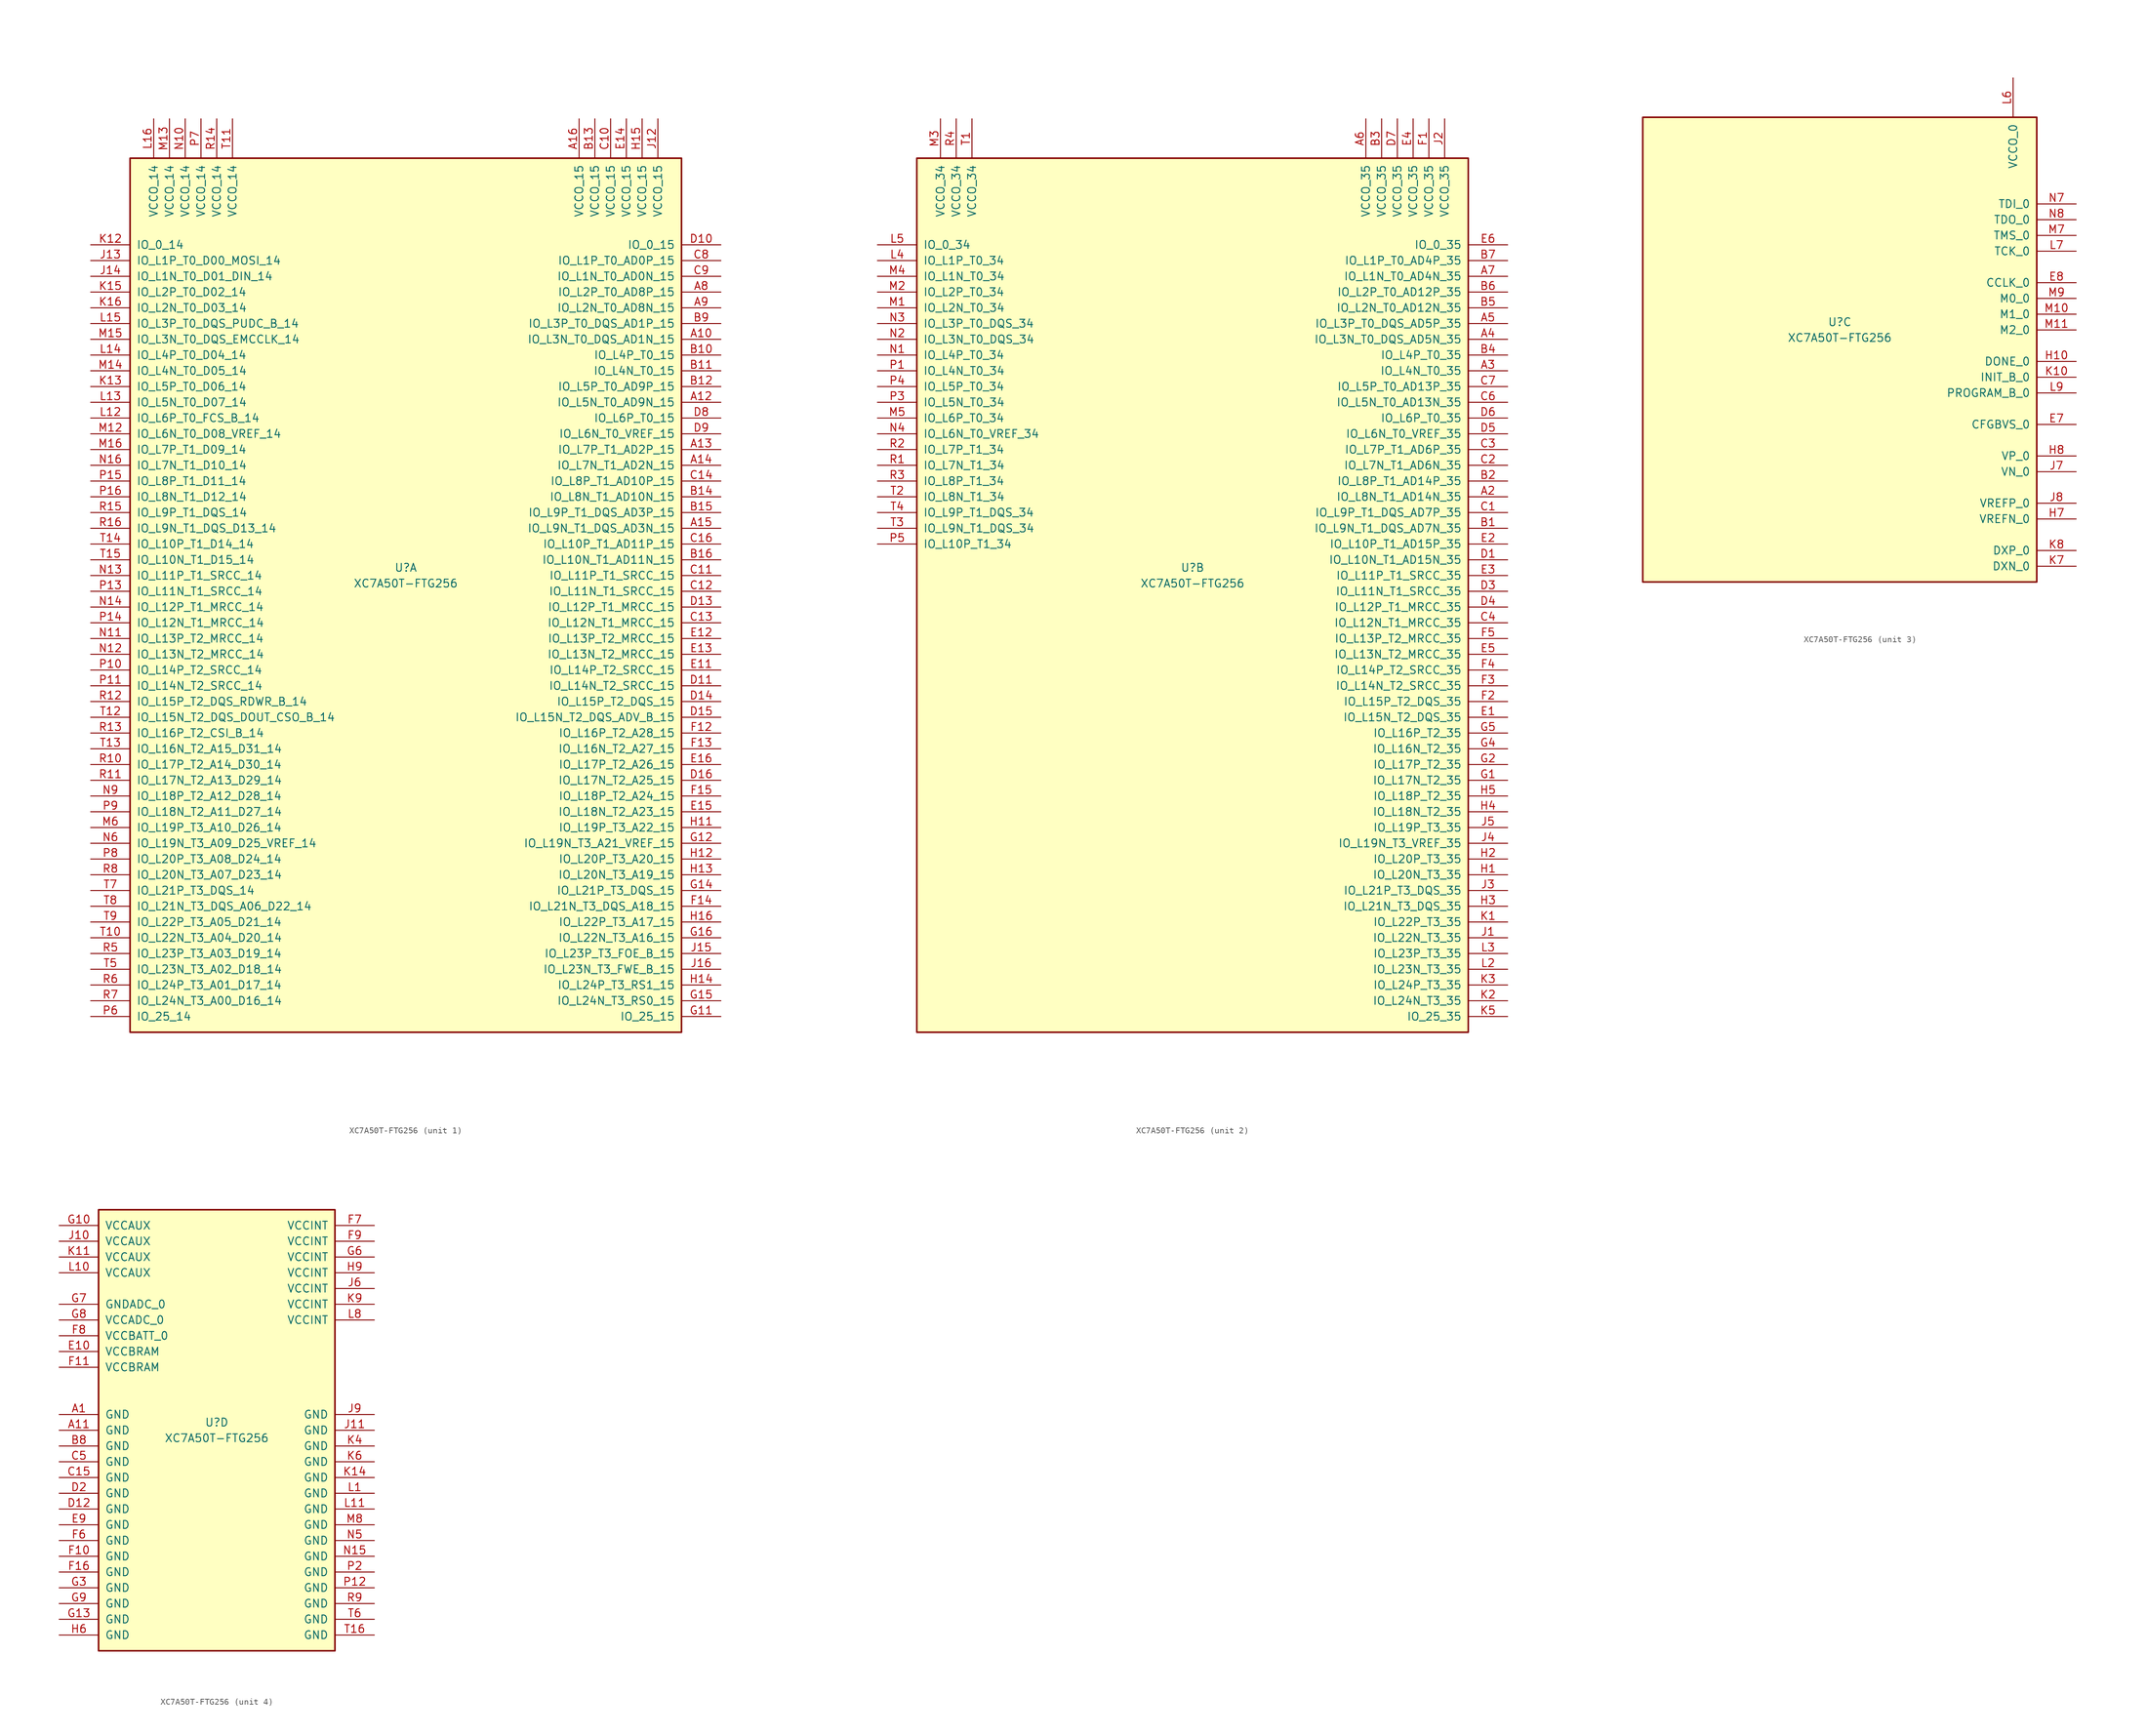
<source format=kicad_sym>
(kicad_symbol_lib
  (version 20231120)
  (generator "kicad_symbol_editor")
  (generator_version "8.0")
  (symbol "XC7A50T-FTG256"
    (pin_names
      (offset 1.016))
    (property "Reference" "U"
      (at 0 1.27 0)
      (effects (font (size 1.27 1.27))))
    (property "Value" "XC7A50T-FTG256"
      (at 0 -1.27 0)
      (effects (font (size 1.27 1.27))))
    (property "Datasheet" ""
      (at 0 0 0)
      (effects (font (size 1.27 1.27))))
    (property "ki_locked" ""
      (at 0 0 0)
      (effects (font (size 1.27 1.27))))
    (symbol "XC7A50T-FTG256_1_1"
      (rectangle (start -44.45 67.31) (end 44.45 -73.66) (stroke (width 0.254) (type default)) (fill (type background)))
      (pin bidirectional line (at 50.8 38.1 180) (length 6.35) (name "IO_L3N_T0_DQS_AD1N_15" (effects (font (size 1.27 1.27)))) (number "A10" (effects (font (size 1.27 1.27)))))
      (pin bidirectional line (at 50.8 27.94 180) (length 6.35) (name "IO_L5N_T0_AD9N_15" (effects (font (size 1.27 1.27)))) (number "A12" (effects (font (size 1.27 1.27)))))
      (pin bidirectional line (at 50.8 20.32 180) (length 6.35) (name "IO_L7P_T1_AD2P_15" (effects (font (size 1.27 1.27)))) (number "A13" (effects (font (size 1.27 1.27)))))
      (pin bidirectional line (at 50.8 17.78 180) (length 6.35) (name "IO_L7N_T1_AD2N_15" (effects (font (size 1.27 1.27)))) (number "A14" (effects (font (size 1.27 1.27)))))
      (pin bidirectional line (at 50.8 7.62 180) (length 6.35) (name "IO_L9N_T1_DQS_AD3N_15" (effects (font (size 1.27 1.27)))) (number "A15" (effects (font (size 1.27 1.27)))))
      (pin power_in line (at 27.94 73.66 270) (length 6.35) (name "VCCO_15" (effects (font (size 1.27 1.27)))) (number "A16" (effects (font (size 1.27 1.27)))))
      (pin bidirectional line (at 50.8 45.72 180) (length 6.35) (name "IO_L2P_T0_AD8P_15" (effects (font (size 1.27 1.27)))) (number "A8" (effects (font (size 1.27 1.27)))))
      (pin bidirectional line (at 50.8 43.18 180) (length 6.35) (name "IO_L2N_T0_AD8N_15" (effects (font (size 1.27 1.27)))) (number "A9" (effects (font (size 1.27 1.27)))))
      (pin bidirectional line (at 50.8 35.56 180) (length 6.35) (name "IO_L4P_T0_15" (effects (font (size 1.27 1.27)))) (number "B10" (effects (font (size 1.27 1.27)))))
      (pin bidirectional line (at 50.8 33.02 180) (length 6.35) (name "IO_L4N_T0_15" (effects (font (size 1.27 1.27)))) (number "B11" (effects (font (size 1.27 1.27)))))
      (pin bidirectional line (at 50.8 30.48 180) (length 6.35) (name "IO_L5P_T0_AD9P_15" (effects (font (size 1.27 1.27)))) (number "B12" (effects (font (size 1.27 1.27)))))
      (pin power_in line (at 30.48 73.66 270) (length 6.35) (name "VCCO_15" (effects (font (size 1.27 1.27)))) (number "B13" (effects (font (size 1.27 1.27)))))
      (pin bidirectional line (at 50.8 12.7 180) (length 6.35) (name "IO_L8N_T1_AD10N_15" (effects (font (size 1.27 1.27)))) (number "B14" (effects (font (size 1.27 1.27)))))
      (pin bidirectional line (at 50.8 10.16 180) (length 6.35) (name "IO_L9P_T1_DQS_AD3P_15" (effects (font (size 1.27 1.27)))) (number "B15" (effects (font (size 1.27 1.27)))))
      (pin bidirectional line (at 50.8 2.54 180) (length 6.35) (name "IO_L10N_T1_AD11N_15" (effects (font (size 1.27 1.27)))) (number "B16" (effects (font (size 1.27 1.27)))))
      (pin bidirectional line (at 50.8 40.64 180) (length 6.35) (name "IO_L3P_T0_DQS_AD1P_15" (effects (font (size 1.27 1.27)))) (number "B9" (effects (font (size 1.27 1.27)))))
      (pin power_in line (at 33.02 73.66 270) (length 6.35) (name "VCCO_15" (effects (font (size 1.27 1.27)))) (number "C10" (effects (font (size 1.27 1.27)))))
      (pin bidirectional line (at 50.8 0 180) (length 6.35) (name "IO_L11P_T1_SRCC_15" (effects (font (size 1.27 1.27)))) (number "C11" (effects (font (size 1.27 1.27)))))
      (pin bidirectional line (at 50.8 -2.54 180) (length 6.35) (name "IO_L11N_T1_SRCC_15" (effects (font (size 1.27 1.27)))) (number "C12" (effects (font (size 1.27 1.27)))))
      (pin bidirectional line (at 50.8 -7.62 180) (length 6.35) (name "IO_L12N_T1_MRCC_15" (effects (font (size 1.27 1.27)))) (number "C13" (effects (font (size 1.27 1.27)))))
      (pin bidirectional line (at 50.8 15.24 180) (length 6.35) (name "IO_L8P_T1_AD10P_15" (effects (font (size 1.27 1.27)))) (number "C14" (effects (font (size 1.27 1.27)))))
      (pin bidirectional line (at 50.8 5.08 180) (length 6.35) (name "IO_L10P_T1_AD11P_15" (effects (font (size 1.27 1.27)))) (number "C16" (effects (font (size 1.27 1.27)))))
      (pin bidirectional line (at 50.8 50.8 180) (length 6.35) (name "IO_L1P_T0_AD0P_15" (effects (font (size 1.27 1.27)))) (number "C8" (effects (font (size 1.27 1.27)))))
      (pin bidirectional line (at 50.8 48.26 180) (length 6.35) (name "IO_L1N_T0_AD0N_15" (effects (font (size 1.27 1.27)))) (number "C9" (effects (font (size 1.27 1.27)))))
      (pin bidirectional line (at 50.8 53.34 180) (length 6.35) (name "IO_0_15" (effects (font (size 1.27 1.27)))) (number "D10" (effects (font (size 1.27 1.27)))))
      (pin bidirectional line (at 50.8 -17.78 180) (length 6.35) (name "IO_L14N_T2_SRCC_15" (effects (font (size 1.27 1.27)))) (number "D11" (effects (font (size 1.27 1.27)))))
      (pin bidirectional line (at 50.8 -5.08 180) (length 6.35) (name "IO_L12P_T1_MRCC_15" (effects (font (size 1.27 1.27)))) (number "D13" (effects (font (size 1.27 1.27)))))
      (pin bidirectional line (at 50.8 -20.32 180) (length 6.35) (name "IO_L15P_T2_DQS_15" (effects (font (size 1.27 1.27)))) (number "D14" (effects (font (size 1.27 1.27)))))
      (pin bidirectional line (at 50.8 -22.86 180) (length 6.35) (name "IO_L15N_T2_DQS_ADV_B_15" (effects (font (size 1.27 1.27)))) (number "D15" (effects (font (size 1.27 1.27)))))
      (pin bidirectional line (at 50.8 -33.02 180) (length 6.35) (name "IO_L17N_T2_A25_15" (effects (font (size 1.27 1.27)))) (number "D16" (effects (font (size 1.27 1.27)))))
      (pin bidirectional line (at 50.8 25.4 180) (length 6.35) (name "IO_L6P_T0_15" (effects (font (size 1.27 1.27)))) (number "D8" (effects (font (size 1.27 1.27)))))
      (pin bidirectional line (at 50.8 22.86 180) (length 6.35) (name "IO_L6N_T0_VREF_15" (effects (font (size 1.27 1.27)))) (number "D9" (effects (font (size 1.27 1.27)))))
      (pin bidirectional line (at 50.8 -15.24 180) (length 6.35) (name "IO_L14P_T2_SRCC_15" (effects (font (size 1.27 1.27)))) (number "E11" (effects (font (size 1.27 1.27)))))
      (pin bidirectional line (at 50.8 -10.16 180) (length 6.35) (name "IO_L13P_T2_MRCC_15" (effects (font (size 1.27 1.27)))) (number "E12" (effects (font (size 1.27 1.27)))))
      (pin bidirectional line (at 50.8 -12.7 180) (length 6.35) (name "IO_L13N_T2_MRCC_15" (effects (font (size 1.27 1.27)))) (number "E13" (effects (font (size 1.27 1.27)))))
      (pin power_in line (at 35.56 73.66 270) (length 6.35) (name "VCCO_15" (effects (font (size 1.27 1.27)))) (number "E14" (effects (font (size 1.27 1.27)))))
      (pin bidirectional line (at 50.8 -38.1 180) (length 6.35) (name "IO_L18N_T2_A23_15" (effects (font (size 1.27 1.27)))) (number "E15" (effects (font (size 1.27 1.27)))))
      (pin bidirectional line (at 50.8 -30.48 180) (length 6.35) (name "IO_L17P_T2_A26_15" (effects (font (size 1.27 1.27)))) (number "E16" (effects (font (size 1.27 1.27)))))
      (pin bidirectional line (at 50.8 -25.4 180) (length 6.35) (name "IO_L16P_T2_A28_15" (effects (font (size 1.27 1.27)))) (number "F12" (effects (font (size 1.27 1.27)))))
      (pin bidirectional line (at 50.8 -27.94 180) (length 6.35) (name "IO_L16N_T2_A27_15" (effects (font (size 1.27 1.27)))) (number "F13" (effects (font (size 1.27 1.27)))))
      (pin bidirectional line (at 50.8 -53.34 180) (length 6.35) (name "IO_L21N_T3_DQS_A18_15" (effects (font (size 1.27 1.27)))) (number "F14" (effects (font (size 1.27 1.27)))))
      (pin bidirectional line (at 50.8 -35.56 180) (length 6.35) (name "IO_L18P_T2_A24_15" (effects (font (size 1.27 1.27)))) (number "F15" (effects (font (size 1.27 1.27)))))
      (pin bidirectional line (at 50.8 -71.12 180) (length 6.35) (name "IO_25_15" (effects (font (size 1.27 1.27)))) (number "G11" (effects (font (size 1.27 1.27)))))
      (pin bidirectional line (at 50.8 -43.18 180) (length 6.35) (name "IO_L19N_T3_A21_VREF_15" (effects (font (size 1.27 1.27)))) (number "G12" (effects (font (size 1.27 1.27)))))
      (pin bidirectional line (at 50.8 -50.8 180) (length 6.35) (name "IO_L21P_T3_DQS_15" (effects (font (size 1.27 1.27)))) (number "G14" (effects (font (size 1.27 1.27)))))
      (pin bidirectional line (at 50.8 -68.58 180) (length 6.35) (name "IO_L24N_T3_RS0_15" (effects (font (size 1.27 1.27)))) (number "G15" (effects (font (size 1.27 1.27)))))
      (pin bidirectional line (at 50.8 -58.42 180) (length 6.35) (name "IO_L22N_T3_A16_15" (effects (font (size 1.27 1.27)))) (number "G16" (effects (font (size 1.27 1.27)))))
      (pin bidirectional line (at 50.8 -40.64 180) (length 6.35) (name "IO_L19P_T3_A22_15" (effects (font (size 1.27 1.27)))) (number "H11" (effects (font (size 1.27 1.27)))))
      (pin bidirectional line (at 50.8 -45.72 180) (length 6.35) (name "IO_L20P_T3_A20_15" (effects (font (size 1.27 1.27)))) (number "H12" (effects (font (size 1.27 1.27)))))
      (pin bidirectional line (at 50.8 -48.26 180) (length 6.35) (name "IO_L20N_T3_A19_15" (effects (font (size 1.27 1.27)))) (number "H13" (effects (font (size 1.27 1.27)))))
      (pin bidirectional line (at 50.8 -66.04 180) (length 6.35) (name "IO_L24P_T3_RS1_15" (effects (font (size 1.27 1.27)))) (number "H14" (effects (font (size 1.27 1.27)))))
      (pin power_in line (at 38.1 73.66 270) (length 6.35) (name "VCCO_15" (effects (font (size 1.27 1.27)))) (number "H15" (effects (font (size 1.27 1.27)))))
      (pin bidirectional line (at 50.8 -55.88 180) (length 6.35) (name "IO_L22P_T3_A17_15" (effects (font (size 1.27 1.27)))) (number "H16" (effects (font (size 1.27 1.27)))))
      (pin power_in line (at 40.64 73.66 270) (length 6.35) (name "VCCO_15" (effects (font (size 1.27 1.27)))) (number "J12" (effects (font (size 1.27 1.27)))))
      (pin bidirectional line (at -50.8 50.8 0) (length 6.35) (name "IO_L1P_T0_D00_MOSI_14" (effects (font (size 1.27 1.27)))) (number "J13" (effects (font (size 1.27 1.27)))))
      (pin bidirectional line (at -50.8 48.26 0) (length 6.35) (name "IO_L1N_T0_D01_DIN_14" (effects (font (size 1.27 1.27)))) (number "J14" (effects (font (size 1.27 1.27)))))
      (pin bidirectional line (at 50.8 -60.96 180) (length 6.35) (name "IO_L23P_T3_FOE_B_15" (effects (font (size 1.27 1.27)))) (number "J15" (effects (font (size 1.27 1.27)))))
      (pin bidirectional line (at 50.8 -63.5 180) (length 6.35) (name "IO_L23N_T3_FWE_B_15" (effects (font (size 1.27 1.27)))) (number "J16" (effects (font (size 1.27 1.27)))))
      (pin bidirectional line (at -50.8 53.34 0) (length 6.35) (name "IO_0_14" (effects (font (size 1.27 1.27)))) (number "K12" (effects (font (size 1.27 1.27)))))
      (pin bidirectional line (at -50.8 30.48 0) (length 6.35) (name "IO_L5P_T0_D06_14" (effects (font (size 1.27 1.27)))) (number "K13" (effects (font (size 1.27 1.27)))))
      (pin bidirectional line (at -50.8 45.72 0) (length 6.35) (name "IO_L2P_T0_D02_14" (effects (font (size 1.27 1.27)))) (number "K15" (effects (font (size 1.27 1.27)))))
      (pin bidirectional line (at -50.8 43.18 0) (length 6.35) (name "IO_L2N_T0_D03_14" (effects (font (size 1.27 1.27)))) (number "K16" (effects (font (size 1.27 1.27)))))
      (pin bidirectional line (at -50.8 25.4 0) (length 6.35) (name "IO_L6P_T0_FCS_B_14" (effects (font (size 1.27 1.27)))) (number "L12" (effects (font (size 1.27 1.27)))))
      (pin bidirectional line (at -50.8 27.94 0) (length 6.35) (name "IO_L5N_T0_D07_14" (effects (font (size 1.27 1.27)))) (number "L13" (effects (font (size 1.27 1.27)))))
      (pin bidirectional line (at -50.8 35.56 0) (length 6.35) (name "IO_L4P_T0_D04_14" (effects (font (size 1.27 1.27)))) (number "L14" (effects (font (size 1.27 1.27)))))
      (pin bidirectional line (at -50.8 40.64 0) (length 6.35) (name "IO_L3P_T0_DQS_PUDC_B_14" (effects (font (size 1.27 1.27)))) (number "L15" (effects (font (size 1.27 1.27)))))
      (pin power_in line (at -40.64 73.66 270) (length 6.35) (name "VCCO_14" (effects (font (size 1.27 1.27)))) (number "L16" (effects (font (size 1.27 1.27)))))
      (pin bidirectional line (at -50.8 22.86 0) (length 6.35) (name "IO_L6N_T0_D08_VREF_14" (effects (font (size 1.27 1.27)))) (number "M12" (effects (font (size 1.27 1.27)))))
      (pin power_in line (at -38.1 73.66 270) (length 6.35) (name "VCCO_14" (effects (font (size 1.27 1.27)))) (number "M13" (effects (font (size 1.27 1.27)))))
      (pin bidirectional line (at -50.8 33.02 0) (length 6.35) (name "IO_L4N_T0_D05_14" (effects (font (size 1.27 1.27)))) (number "M14" (effects (font (size 1.27 1.27)))))
      (pin bidirectional line (at -50.8 38.1 0) (length 6.35) (name "IO_L3N_T0_DQS_EMCCLK_14" (effects (font (size 1.27 1.27)))) (number "M15" (effects (font (size 1.27 1.27)))))
      (pin bidirectional line (at -50.8 20.32 0) (length 6.35) (name "IO_L7P_T1_D09_14" (effects (font (size 1.27 1.27)))) (number "M16" (effects (font (size 1.27 1.27)))))
      (pin bidirectional line (at -50.8 -40.64 0) (length 6.35) (name "IO_L19P_T3_A10_D26_14" (effects (font (size 1.27 1.27)))) (number "M6" (effects (font (size 1.27 1.27)))))
      (pin power_in line (at -35.56 73.66 270) (length 6.35) (name "VCCO_14" (effects (font (size 1.27 1.27)))) (number "N10" (effects (font (size 1.27 1.27)))))
      (pin bidirectional line (at -50.8 -10.16 0) (length 6.35) (name "IO_L13P_T2_MRCC_14" (effects (font (size 1.27 1.27)))) (number "N11" (effects (font (size 1.27 1.27)))))
      (pin bidirectional line (at -50.8 -12.7 0) (length 6.35) (name "IO_L13N_T2_MRCC_14" (effects (font (size 1.27 1.27)))) (number "N12" (effects (font (size 1.27 1.27)))))
      (pin bidirectional line (at -50.8 0 0) (length 6.35) (name "IO_L11P_T1_SRCC_14" (effects (font (size 1.27 1.27)))) (number "N13" (effects (font (size 1.27 1.27)))))
      (pin bidirectional line (at -50.8 -5.08 0) (length 6.35) (name "IO_L12P_T1_MRCC_14" (effects (font (size 1.27 1.27)))) (number "N14" (effects (font (size 1.27 1.27)))))
      (pin bidirectional line (at -50.8 17.78 0) (length 6.35) (name "IO_L7N_T1_D10_14" (effects (font (size 1.27 1.27)))) (number "N16" (effects (font (size 1.27 1.27)))))
      (pin bidirectional line (at -50.8 -43.18 0) (length 6.35) (name "IO_L19N_T3_A09_D25_VREF_14" (effects (font (size 1.27 1.27)))) (number "N6" (effects (font (size 1.27 1.27)))))
      (pin bidirectional line (at -50.8 -35.56 0) (length 6.35) (name "IO_L18P_T2_A12_D28_14" (effects (font (size 1.27 1.27)))) (number "N9" (effects (font (size 1.27 1.27)))))
      (pin bidirectional line (at -50.8 -15.24 0) (length 6.35) (name "IO_L14P_T2_SRCC_14" (effects (font (size 1.27 1.27)))) (number "P10" (effects (font (size 1.27 1.27)))))
      (pin bidirectional line (at -50.8 -17.78 0) (length 6.35) (name "IO_L14N_T2_SRCC_14" (effects (font (size 1.27 1.27)))) (number "P11" (effects (font (size 1.27 1.27)))))
      (pin bidirectional line (at -50.8 -2.54 0) (length 6.35) (name "IO_L11N_T1_SRCC_14" (effects (font (size 1.27 1.27)))) (number "P13" (effects (font (size 1.27 1.27)))))
      (pin bidirectional line (at -50.8 -7.62 0) (length 6.35) (name "IO_L12N_T1_MRCC_14" (effects (font (size 1.27 1.27)))) (number "P14" (effects (font (size 1.27 1.27)))))
      (pin bidirectional line (at -50.8 15.24 0) (length 6.35) (name "IO_L8P_T1_D11_14" (effects (font (size 1.27 1.27)))) (number "P15" (effects (font (size 1.27 1.27)))))
      (pin bidirectional line (at -50.8 12.7 0) (length 6.35) (name "IO_L8N_T1_D12_14" (effects (font (size 1.27 1.27)))) (number "P16" (effects (font (size 1.27 1.27)))))
      (pin bidirectional line (at -50.8 -71.12 0) (length 6.35) (name "IO_25_14" (effects (font (size 1.27 1.27)))) (number "P6" (effects (font (size 1.27 1.27)))))
      (pin power_in line (at -33.02 73.66 270) (length 6.35) (name "VCCO_14" (effects (font (size 1.27 1.27)))) (number "P7" (effects (font (size 1.27 1.27)))))
      (pin bidirectional line (at -50.8 -45.72 0) (length 6.35) (name "IO_L20P_T3_A08_D24_14" (effects (font (size 1.27 1.27)))) (number "P8" (effects (font (size 1.27 1.27)))))
      (pin bidirectional line (at -50.8 -38.1 0) (length 6.35) (name "IO_L18N_T2_A11_D27_14" (effects (font (size 1.27 1.27)))) (number "P9" (effects (font (size 1.27 1.27)))))
      (pin bidirectional line (at -50.8 -30.48 0) (length 6.35) (name "IO_L17P_T2_A14_D30_14" (effects (font (size 1.27 1.27)))) (number "R10" (effects (font (size 1.27 1.27)))))
      (pin bidirectional line (at -50.8 -33.02 0) (length 6.35) (name "IO_L17N_T2_A13_D29_14" (effects (font (size 1.27 1.27)))) (number "R11" (effects (font (size 1.27 1.27)))))
      (pin bidirectional line (at -50.8 -20.32 0) (length 6.35) (name "IO_L15P_T2_DQS_RDWR_B_14" (effects (font (size 1.27 1.27)))) (number "R12" (effects (font (size 1.27 1.27)))))
      (pin bidirectional line (at -50.8 -25.4 0) (length 6.35) (name "IO_L16P_T2_CSI_B_14" (effects (font (size 1.27 1.27)))) (number "R13" (effects (font (size 1.27 1.27)))))
      (pin power_in line (at -30.48 73.66 270) (length 6.35) (name "VCCO_14" (effects (font (size 1.27 1.27)))) (number "R14" (effects (font (size 1.27 1.27)))))
      (pin bidirectional line (at -50.8 10.16 0) (length 6.35) (name "IO_L9P_T1_DQS_14" (effects (font (size 1.27 1.27)))) (number "R15" (effects (font (size 1.27 1.27)))))
      (pin bidirectional line (at -50.8 7.62 0) (length 6.35) (name "IO_L9N_T1_DQS_D13_14" (effects (font (size 1.27 1.27)))) (number "R16" (effects (font (size 1.27 1.27)))))
      (pin bidirectional line (at -50.8 -60.96 0) (length 6.35) (name "IO_L23P_T3_A03_D19_14" (effects (font (size 1.27 1.27)))) (number "R5" (effects (font (size 1.27 1.27)))))
      (pin bidirectional line (at -50.8 -66.04 0) (length 6.35) (name "IO_L24P_T3_A01_D17_14" (effects (font (size 1.27 1.27)))) (number "R6" (effects (font (size 1.27 1.27)))))
      (pin bidirectional line (at -50.8 -68.58 0) (length 6.35) (name "IO_L24N_T3_A00_D16_14" (effects (font (size 1.27 1.27)))) (number "R7" (effects (font (size 1.27 1.27)))))
      (pin bidirectional line (at -50.8 -48.26 0) (length 6.35) (name "IO_L20N_T3_A07_D23_14" (effects (font (size 1.27 1.27)))) (number "R8" (effects (font (size 1.27 1.27)))))
      (pin bidirectional line (at -50.8 -58.42 0) (length 6.35) (name "IO_L22N_T3_A04_D20_14" (effects (font (size 1.27 1.27)))) (number "T10" (effects (font (size 1.27 1.27)))))
      (pin power_in line (at -27.94 73.66 270) (length 6.35) (name "VCCO_14" (effects (font (size 1.27 1.27)))) (number "T11" (effects (font (size 1.27 1.27)))))
      (pin bidirectional line (at -50.8 -22.86 0) (length 6.35) (name "IO_L15N_T2_DQS_DOUT_CSO_B_14" (effects (font (size 1.27 1.27)))) (number "T12" (effects (font (size 1.27 1.27)))))
      (pin bidirectional line (at -50.8 -27.94 0) (length 6.35) (name "IO_L16N_T2_A15_D31_14" (effects (font (size 1.27 1.27)))) (number "T13" (effects (font (size 1.27 1.27)))))
      (pin bidirectional line (at -50.8 5.08 0) (length 6.35) (name "IO_L10P_T1_D14_14" (effects (font (size 1.27 1.27)))) (number "T14" (effects (font (size 1.27 1.27)))))
      (pin bidirectional line (at -50.8 2.54 0) (length 6.35) (name "IO_L10N_T1_D15_14" (effects (font (size 1.27 1.27)))) (number "T15" (effects (font (size 1.27 1.27)))))
      (pin bidirectional line (at -50.8 -63.5 0) (length 6.35) (name "IO_L23N_T3_A02_D18_14" (effects (font (size 1.27 1.27)))) (number "T5" (effects (font (size 1.27 1.27)))))
      (pin bidirectional line (at -50.8 -50.8 0) (length 6.35) (name "IO_L21P_T3_DQS_14" (effects (font (size 1.27 1.27)))) (number "T7" (effects (font (size 1.27 1.27)))))
      (pin bidirectional line (at -50.8 -53.34 0) (length 6.35) (name "IO_L21N_T3_DQS_A06_D22_14" (effects (font (size 1.27 1.27)))) (number "T8" (effects (font (size 1.27 1.27)))))
      (pin bidirectional line (at -50.8 -55.88 0) (length 6.35) (name "IO_L22P_T3_A05_D21_14" (effects (font (size 1.27 1.27)))) (number "T9" (effects (font (size 1.27 1.27))))))
    (symbol "XC7A50T-FTG256_2_1"
      (rectangle (start -44.45 67.31) (end 44.45 -73.66) (stroke (width 0.254) (type default)) (fill (type background)))
      (pin bidirectional line (at 50.8 12.7 180) (length 6.35) (name "IO_L8N_T1_AD14N_35" (effects (font (size 1.27 1.27)))) (number "A2" (effects (font (size 1.27 1.27)))))
      (pin bidirectional line (at 50.8 33.02 180) (length 6.35) (name "IO_L4N_T0_35" (effects (font (size 1.27 1.27)))) (number "A3" (effects (font (size 1.27 1.27)))))
      (pin bidirectional line (at 50.8 38.1 180) (length 6.35) (name "IO_L3N_T0_DQS_AD5N_35" (effects (font (size 1.27 1.27)))) (number "A4" (effects (font (size 1.27 1.27)))))
      (pin bidirectional line (at 50.8 40.64 180) (length 6.35) (name "IO_L3P_T0_DQS_AD5P_35" (effects (font (size 1.27 1.27)))) (number "A5" (effects (font (size 1.27 1.27)))))
      (pin power_in line (at 27.94 73.66 270) (length 6.35) (name "VCCO_35" (effects (font (size 1.27 1.27)))) (number "A6" (effects (font (size 1.27 1.27)))))
      (pin bidirectional line (at 50.8 48.26 180) (length 6.35) (name "IO_L1N_T0_AD4N_35" (effects (font (size 1.27 1.27)))) (number "A7" (effects (font (size 1.27 1.27)))))
      (pin bidirectional line (at 50.8 7.62 180) (length 6.35) (name "IO_L9N_T1_DQS_AD7N_35" (effects (font (size 1.27 1.27)))) (number "B1" (effects (font (size 1.27 1.27)))))
      (pin bidirectional line (at 50.8 15.24 180) (length 6.35) (name "IO_L8P_T1_AD14P_35" (effects (font (size 1.27 1.27)))) (number "B2" (effects (font (size 1.27 1.27)))))
      (pin power_in line (at 30.48 73.66 270) (length 6.35) (name "VCCO_35" (effects (font (size 1.27 1.27)))) (number "B3" (effects (font (size 1.27 1.27)))))
      (pin bidirectional line (at 50.8 35.56 180) (length 6.35) (name "IO_L4P_T0_35" (effects (font (size 1.27 1.27)))) (number "B4" (effects (font (size 1.27 1.27)))))
      (pin bidirectional line (at 50.8 43.18 180) (length 6.35) (name "IO_L2N_T0_AD12N_35" (effects (font (size 1.27 1.27)))) (number "B5" (effects (font (size 1.27 1.27)))))
      (pin bidirectional line (at 50.8 45.72 180) (length 6.35) (name "IO_L2P_T0_AD12P_35" (effects (font (size 1.27 1.27)))) (number "B6" (effects (font (size 1.27 1.27)))))
      (pin bidirectional line (at 50.8 50.8 180) (length 6.35) (name "IO_L1P_T0_AD4P_35" (effects (font (size 1.27 1.27)))) (number "B7" (effects (font (size 1.27 1.27)))))
      (pin bidirectional line (at 50.8 10.16 180) (length 6.35) (name "IO_L9P_T1_DQS_AD7P_35" (effects (font (size 1.27 1.27)))) (number "C1" (effects (font (size 1.27 1.27)))))
      (pin bidirectional line (at 50.8 17.78 180) (length 6.35) (name "IO_L7N_T1_AD6N_35" (effects (font (size 1.27 1.27)))) (number "C2" (effects (font (size 1.27 1.27)))))
      (pin bidirectional line (at 50.8 20.32 180) (length 6.35) (name "IO_L7P_T1_AD6P_35" (effects (font (size 1.27 1.27)))) (number "C3" (effects (font (size 1.27 1.27)))))
      (pin bidirectional line (at 50.8 -7.62 180) (length 6.35) (name "IO_L12N_T1_MRCC_35" (effects (font (size 1.27 1.27)))) (number "C4" (effects (font (size 1.27 1.27)))))
      (pin bidirectional line (at 50.8 27.94 180) (length 6.35) (name "IO_L5N_T0_AD13N_35" (effects (font (size 1.27 1.27)))) (number "C6" (effects (font (size 1.27 1.27)))))
      (pin bidirectional line (at 50.8 30.48 180) (length 6.35) (name "IO_L5P_T0_AD13P_35" (effects (font (size 1.27 1.27)))) (number "C7" (effects (font (size 1.27 1.27)))))
      (pin bidirectional line (at 50.8 2.54 180) (length 6.35) (name "IO_L10N_T1_AD15N_35" (effects (font (size 1.27 1.27)))) (number "D1" (effects (font (size 1.27 1.27)))))
      (pin bidirectional line (at 50.8 -2.54 180) (length 6.35) (name "IO_L11N_T1_SRCC_35" (effects (font (size 1.27 1.27)))) (number "D3" (effects (font (size 1.27 1.27)))))
      (pin bidirectional line (at 50.8 -5.08 180) (length 6.35) (name "IO_L12P_T1_MRCC_35" (effects (font (size 1.27 1.27)))) (number "D4" (effects (font (size 1.27 1.27)))))
      (pin bidirectional line (at 50.8 22.86 180) (length 6.35) (name "IO_L6N_T0_VREF_35" (effects (font (size 1.27 1.27)))) (number "D5" (effects (font (size 1.27 1.27)))))
      (pin bidirectional line (at 50.8 25.4 180) (length 6.35) (name "IO_L6P_T0_35" (effects (font (size 1.27 1.27)))) (number "D6" (effects (font (size 1.27 1.27)))))
      (pin power_in line (at 33.02 73.66 270) (length 6.35) (name "VCCO_35" (effects (font (size 1.27 1.27)))) (number "D7" (effects (font (size 1.27 1.27)))))
      (pin bidirectional line (at 50.8 -22.86 180) (length 6.35) (name "IO_L15N_T2_DQS_35" (effects (font (size 1.27 1.27)))) (number "E1" (effects (font (size 1.27 1.27)))))
      (pin bidirectional line (at 50.8 5.08 180) (length 6.35) (name "IO_L10P_T1_AD15P_35" (effects (font (size 1.27 1.27)))) (number "E2" (effects (font (size 1.27 1.27)))))
      (pin bidirectional line (at 50.8 0 180) (length 6.35) (name "IO_L11P_T1_SRCC_35" (effects (font (size 1.27 1.27)))) (number "E3" (effects (font (size 1.27 1.27)))))
      (pin power_in line (at 35.56 73.66 270) (length 6.35) (name "VCCO_35" (effects (font (size 1.27 1.27)))) (number "E4" (effects (font (size 1.27 1.27)))))
      (pin bidirectional line (at 50.8 -12.7 180) (length 6.35) (name "IO_L13N_T2_MRCC_35" (effects (font (size 1.27 1.27)))) (number "E5" (effects (font (size 1.27 1.27)))))
      (pin bidirectional line (at 50.8 53.34 180) (length 6.35) (name "IO_0_35" (effects (font (size 1.27 1.27)))) (number "E6" (effects (font (size 1.27 1.27)))))
      (pin power_in line (at 38.1 73.66 270) (length 6.35) (name "VCCO_35" (effects (font (size 1.27 1.27)))) (number "F1" (effects (font (size 1.27 1.27)))))
      (pin bidirectional line (at 50.8 -20.32 180) (length 6.35) (name "IO_L15P_T2_DQS_35" (effects (font (size 1.27 1.27)))) (number "F2" (effects (font (size 1.27 1.27)))))
      (pin bidirectional line (at 50.8 -17.78 180) (length 6.35) (name "IO_L14N_T2_SRCC_35" (effects (font (size 1.27 1.27)))) (number "F3" (effects (font (size 1.27 1.27)))))
      (pin bidirectional line (at 50.8 -15.24 180) (length 6.35) (name "IO_L14P_T2_SRCC_35" (effects (font (size 1.27 1.27)))) (number "F4" (effects (font (size 1.27 1.27)))))
      (pin bidirectional line (at 50.8 -10.16 180) (length 6.35) (name "IO_L13P_T2_MRCC_35" (effects (font (size 1.27 1.27)))) (number "F5" (effects (font (size 1.27 1.27)))))
      (pin bidirectional line (at 50.8 -33.02 180) (length 6.35) (name "IO_L17N_T2_35" (effects (font (size 1.27 1.27)))) (number "G1" (effects (font (size 1.27 1.27)))))
      (pin bidirectional line (at 50.8 -30.48 180) (length 6.35) (name "IO_L17P_T2_35" (effects (font (size 1.27 1.27)))) (number "G2" (effects (font (size 1.27 1.27)))))
      (pin bidirectional line (at 50.8 -27.94 180) (length 6.35) (name "IO_L16N_T2_35" (effects (font (size 1.27 1.27)))) (number "G4" (effects (font (size 1.27 1.27)))))
      (pin bidirectional line (at 50.8 -25.4 180) (length 6.35) (name "IO_L16P_T2_35" (effects (font (size 1.27 1.27)))) (number "G5" (effects (font (size 1.27 1.27)))))
      (pin bidirectional line (at 50.8 -48.26 180) (length 6.35) (name "IO_L20N_T3_35" (effects (font (size 1.27 1.27)))) (number "H1" (effects (font (size 1.27 1.27)))))
      (pin bidirectional line (at 50.8 -45.72 180) (length 6.35) (name "IO_L20P_T3_35" (effects (font (size 1.27 1.27)))) (number "H2" (effects (font (size 1.27 1.27)))))
      (pin bidirectional line (at 50.8 -53.34 180) (length 6.35) (name "IO_L21N_T3_DQS_35" (effects (font (size 1.27 1.27)))) (number "H3" (effects (font (size 1.27 1.27)))))
      (pin bidirectional line (at 50.8 -38.1 180) (length 6.35) (name "IO_L18N_T2_35" (effects (font (size 1.27 1.27)))) (number "H4" (effects (font (size 1.27 1.27)))))
      (pin bidirectional line (at 50.8 -35.56 180) (length 6.35) (name "IO_L18P_T2_35" (effects (font (size 1.27 1.27)))) (number "H5" (effects (font (size 1.27 1.27)))))
      (pin bidirectional line (at 50.8 -58.42 180) (length 6.35) (name "IO_L22N_T3_35" (effects (font (size 1.27 1.27)))) (number "J1" (effects (font (size 1.27 1.27)))))
      (pin power_in line (at 40.64 73.66 270) (length 6.35) (name "VCCO_35" (effects (font (size 1.27 1.27)))) (number "J2" (effects (font (size 1.27 1.27)))))
      (pin bidirectional line (at 50.8 -50.8 180) (length 6.35) (name "IO_L21P_T3_DQS_35" (effects (font (size 1.27 1.27)))) (number "J3" (effects (font (size 1.27 1.27)))))
      (pin bidirectional line (at 50.8 -43.18 180) (length 6.35) (name "IO_L19N_T3_VREF_35" (effects (font (size 1.27 1.27)))) (number "J4" (effects (font (size 1.27 1.27)))))
      (pin bidirectional line (at 50.8 -40.64 180) (length 6.35) (name "IO_L19P_T3_35" (effects (font (size 1.27 1.27)))) (number "J5" (effects (font (size 1.27 1.27)))))
      (pin bidirectional line (at 50.8 -55.88 180) (length 6.35) (name "IO_L22P_T3_35" (effects (font (size 1.27 1.27)))) (number "K1" (effects (font (size 1.27 1.27)))))
      (pin bidirectional line (at 50.8 -68.58 180) (length 6.35) (name "IO_L24N_T3_35" (effects (font (size 1.27 1.27)))) (number "K2" (effects (font (size 1.27 1.27)))))
      (pin bidirectional line (at 50.8 -66.04 180) (length 6.35) (name "IO_L24P_T3_35" (effects (font (size 1.27 1.27)))) (number "K3" (effects (font (size 1.27 1.27)))))
      (pin bidirectional line (at 50.8 -71.12 180) (length 6.35) (name "IO_25_35" (effects (font (size 1.27 1.27)))) (number "K5" (effects (font (size 1.27 1.27)))))
      (pin bidirectional line (at 50.8 -63.5 180) (length 6.35) (name "IO_L23N_T3_35" (effects (font (size 1.27 1.27)))) (number "L2" (effects (font (size 1.27 1.27)))))
      (pin bidirectional line (at 50.8 -60.96 180) (length 6.35) (name "IO_L23P_T3_35" (effects (font (size 1.27 1.27)))) (number "L3" (effects (font (size 1.27 1.27)))))
      (pin bidirectional line (at -50.8 50.8 0) (length 6.35) (name "IO_L1P_T0_34" (effects (font (size 1.27 1.27)))) (number "L4" (effects (font (size 1.27 1.27)))))
      (pin bidirectional line (at -50.8 53.34 0) (length 6.35) (name "IO_0_34" (effects (font (size 1.27 1.27)))) (number "L5" (effects (font (size 1.27 1.27)))))
      (pin bidirectional line (at -50.8 43.18 0) (length 6.35) (name "IO_L2N_T0_34" (effects (font (size 1.27 1.27)))) (number "M1" (effects (font (size 1.27 1.27)))))
      (pin bidirectional line (at -50.8 45.72 0) (length 6.35) (name "IO_L2P_T0_34" (effects (font (size 1.27 1.27)))) (number "M2" (effects (font (size 1.27 1.27)))))
      (pin power_in line (at -40.64 73.66 270) (length 6.35) (name "VCCO_34" (effects (font (size 1.27 1.27)))) (number "M3" (effects (font (size 1.27 1.27)))))
      (pin bidirectional line (at -50.8 48.26 0) (length 6.35) (name "IO_L1N_T0_34" (effects (font (size 1.27 1.27)))) (number "M4" (effects (font (size 1.27 1.27)))))
      (pin bidirectional line (at -50.8 25.4 0) (length 6.35) (name "IO_L6P_T0_34" (effects (font (size 1.27 1.27)))) (number "M5" (effects (font (size 1.27 1.27)))))
      (pin bidirectional line (at -50.8 35.56 0) (length 6.35) (name "IO_L4P_T0_34" (effects (font (size 1.27 1.27)))) (number "N1" (effects (font (size 1.27 1.27)))))
      (pin bidirectional line (at -50.8 38.1 0) (length 6.35) (name "IO_L3N_T0_DQS_34" (effects (font (size 1.27 1.27)))) (number "N2" (effects (font (size 1.27 1.27)))))
      (pin bidirectional line (at -50.8 40.64 0) (length 6.35) (name "IO_L3P_T0_DQS_34" (effects (font (size 1.27 1.27)))) (number "N3" (effects (font (size 1.27 1.27)))))
      (pin bidirectional line (at -50.8 22.86 0) (length 6.35) (name "IO_L6N_T0_VREF_34" (effects (font (size 1.27 1.27)))) (number "N4" (effects (font (size 1.27 1.27)))))
      (pin bidirectional line (at -50.8 33.02 0) (length 6.35) (name "IO_L4N_T0_34" (effects (font (size 1.27 1.27)))) (number "P1" (effects (font (size 1.27 1.27)))))
      (pin bidirectional line (at -50.8 27.94 0) (length 6.35) (name "IO_L5N_T0_34" (effects (font (size 1.27 1.27)))) (number "P3" (effects (font (size 1.27 1.27)))))
      (pin bidirectional line (at -50.8 30.48 0) (length 6.35) (name "IO_L5P_T0_34" (effects (font (size 1.27 1.27)))) (number "P4" (effects (font (size 1.27 1.27)))))
      (pin bidirectional line (at -50.8 5.08 0) (length 6.35) (name "IO_L10P_T1_34" (effects (font (size 1.27 1.27)))) (number "P5" (effects (font (size 1.27 1.27)))))
      (pin bidirectional line (at -50.8 17.78 0) (length 6.35) (name "IO_L7N_T1_34" (effects (font (size 1.27 1.27)))) (number "R1" (effects (font (size 1.27 1.27)))))
      (pin bidirectional line (at -50.8 20.32 0) (length 6.35) (name "IO_L7P_T1_34" (effects (font (size 1.27 1.27)))) (number "R2" (effects (font (size 1.27 1.27)))))
      (pin bidirectional line (at -50.8 15.24 0) (length 6.35) (name "IO_L8P_T1_34" (effects (font (size 1.27 1.27)))) (number "R3" (effects (font (size 1.27 1.27)))))
      (pin power_in line (at -38.1 73.66 270) (length 6.35) (name "VCCO_34" (effects (font (size 1.27 1.27)))) (number "R4" (effects (font (size 1.27 1.27)))))
      (pin power_in line (at -35.56 73.66 270) (length 6.35) (name "VCCO_34" (effects (font (size 1.27 1.27)))) (number "T1" (effects (font (size 1.27 1.27)))))
      (pin bidirectional line (at -50.8 12.7 0) (length 6.35) (name "IO_L8N_T1_34" (effects (font (size 1.27 1.27)))) (number "T2" (effects (font (size 1.27 1.27)))))
      (pin bidirectional line (at -50.8 7.62 0) (length 6.35) (name "IO_L9N_T1_DQS_34" (effects (font (size 1.27 1.27)))) (number "T3" (effects (font (size 1.27 1.27)))))
      (pin bidirectional line (at -50.8 10.16 0) (length 6.35) (name "IO_L9P_T1_DQS_34" (effects (font (size 1.27 1.27)))) (number "T4" (effects (font (size 1.27 1.27))))))
    (symbol "XC7A50T-FTG256_3_1"
      (rectangle (start -31.75 34.29) (end 31.75 -40.64) (stroke (width 0.254) (type default)) (fill (type background)))
      (pin bidirectional line (at 38.1 -15.24 180) (length 6.35) (name "CFGBVS_0" (effects (font (size 1.27 1.27)))) (number "E7" (effects (font (size 1.27 1.27)))))
      (pin bidirectional line (at 38.1 7.62 180) (length 6.35) (name "CCLK_0" (effects (font (size 1.27 1.27)))) (number "E8" (effects (font (size 1.27 1.27)))))
      (pin bidirectional line (at 38.1 -5.08 180) (length 6.35) (name "DONE_0" (effects (font (size 1.27 1.27)))) (number "H10" (effects (font (size 1.27 1.27)))))
      (pin bidirectional line (at 38.1 -30.48 180) (length 6.35) (name "VREFN_0" (effects (font (size 1.27 1.27)))) (number "H7" (effects (font (size 1.27 1.27)))))
      (pin bidirectional line (at 38.1 -20.32 180) (length 6.35) (name "VP_0" (effects (font (size 1.27 1.27)))) (number "H8" (effects (font (size 1.27 1.27)))))
      (pin bidirectional line (at 38.1 -22.86 180) (length 6.35) (name "VN_0" (effects (font (size 1.27 1.27)))) (number "J7" (effects (font (size 1.27 1.27)))))
      (pin bidirectional line (at 38.1 -27.94 180) (length 6.35) (name "VREFP_0" (effects (font (size 1.27 1.27)))) (number "J8" (effects (font (size 1.27 1.27)))))
      (pin bidirectional line (at 38.1 -7.62 180) (length 6.35) (name "INIT_B_0" (effects (font (size 1.27 1.27)))) (number "K10" (effects (font (size 1.27 1.27)))))
      (pin bidirectional line (at 38.1 -38.1 180) (length 6.35) (name "DXN_0" (effects (font (size 1.27 1.27)))) (number "K7" (effects (font (size 1.27 1.27)))))
      (pin bidirectional line (at 38.1 -35.56 180) (length 6.35) (name "DXP_0" (effects (font (size 1.27 1.27)))) (number "K8" (effects (font (size 1.27 1.27)))))
      (pin power_in line (at 27.94 40.64 270) (length 6.35) (name "VCCO_0" (effects (font (size 1.27 1.27)))) (number "L6" (effects (font (size 1.27 1.27)))))
      (pin bidirectional line (at 38.1 12.7 180) (length 6.35) (name "TCK_0" (effects (font (size 1.27 1.27)))) (number "L7" (effects (font (size 1.27 1.27)))))
      (pin bidirectional line (at 38.1 -10.16 180) (length 6.35) (name "PROGRAM_B_0" (effects (font (size 1.27 1.27)))) (number "L9" (effects (font (size 1.27 1.27)))))
      (pin bidirectional line (at 38.1 2.54 180) (length 6.35) (name "M1_0" (effects (font (size 1.27 1.27)))) (number "M10" (effects (font (size 1.27 1.27)))))
      (pin bidirectional line (at 38.1 0 180) (length 6.35) (name "M2_0" (effects (font (size 1.27 1.27)))) (number "M11" (effects (font (size 1.27 1.27)))))
      (pin bidirectional line (at 38.1 15.24 180) (length 6.35) (name "TMS_0" (effects (font (size 1.27 1.27)))) (number "M7" (effects (font (size 1.27 1.27)))))
      (pin bidirectional line (at 38.1 5.08 180) (length 6.35) (name "M0_0" (effects (font (size 1.27 1.27)))) (number "M9" (effects (font (size 1.27 1.27)))))
      (pin bidirectional line (at 38.1 20.32 180) (length 6.35) (name "TDI_0" (effects (font (size 1.27 1.27)))) (number "N7" (effects (font (size 1.27 1.27)))))
      (pin bidirectional line (at 38.1 17.78 180) (length 6.35) (name "TDO_0" (effects (font (size 1.27 1.27)))) (number "N8" (effects (font (size 1.27 1.27))))))
    (symbol "XC7A50T-FTG256_4_1"
      (rectangle (start -19.05 35.56) (end 19.05 -35.56) (stroke (width 0.254) (type default)) (fill (type background)))
      (pin power_in line (at -25.4 2.54 0) (length 6.35) (name "GND" (effects (font (size 1.27 1.27)))) (number "A1" (effects (font (size 1.27 1.27)))))
      (pin power_in line (at -25.4 0 0) (length 6.35) (name "GND" (effects (font (size 1.27 1.27)))) (number "A11" (effects (font (size 1.27 1.27)))))
      (pin power_in line (at -25.4 -2.54 0) (length 6.35) (name "GND" (effects (font (size 1.27 1.27)))) (number "B8" (effects (font (size 1.27 1.27)))))
      (pin power_in line (at -25.4 -7.62 0) (length 6.35) (name "GND" (effects (font (size 1.27 1.27)))) (number "C15" (effects (font (size 1.27 1.27)))))
      (pin power_in line (at -25.4 -5.08 0) (length 6.35) (name "GND" (effects (font (size 1.27 1.27)))) (number "C5" (effects (font (size 1.27 1.27)))))
      (pin power_in line (at -25.4 -12.7 0) (length 6.35) (name "GND" (effects (font (size 1.27 1.27)))) (number "D12" (effects (font (size 1.27 1.27)))))
      (pin power_in line (at -25.4 -10.16 0) (length 6.35) (name "GND" (effects (font (size 1.27 1.27)))) (number "D2" (effects (font (size 1.27 1.27)))))
      (pin power_in line (at -25.4 12.7 0) (length 6.35) (name "VCCBRAM" (effects (font (size 1.27 1.27)))) (number "E10" (effects (font (size 1.27 1.27)))))
      (pin power_in line (at -25.4 -15.24 0) (length 6.35) (name "GND" (effects (font (size 1.27 1.27)))) (number "E9" (effects (font (size 1.27 1.27)))))
      (pin power_in line (at -25.4 -20.32 0) (length 6.35) (name "GND" (effects (font (size 1.27 1.27)))) (number "F10" (effects (font (size 1.27 1.27)))))
      (pin power_in line (at -25.4 10.16 0) (length 6.35) (name "VCCBRAM" (effects (font (size 1.27 1.27)))) (number "F11" (effects (font (size 1.27 1.27)))))
      (pin power_in line (at -25.4 -22.86 0) (length 6.35) (name "GND" (effects (font (size 1.27 1.27)))) (number "F16" (effects (font (size 1.27 1.27)))))
      (pin power_in line (at -25.4 -17.78 0) (length 6.35) (name "GND" (effects (font (size 1.27 1.27)))) (number "F6" (effects (font (size 1.27 1.27)))))
      (pin power_in line (at 25.4 33.02 180) (length 6.35) (name "VCCINT" (effects (font (size 1.27 1.27)))) (number "F7" (effects (font (size 1.27 1.27)))))
      (pin power_in line (at -25.4 15.24 0) (length 6.35) (name "VCCBATT_0" (effects (font (size 1.27 1.27)))) (number "F8" (effects (font (size 1.27 1.27)))))
      (pin power_in line (at 25.4 30.48 180) (length 6.35) (name "VCCINT" (effects (font (size 1.27 1.27)))) (number "F9" (effects (font (size 1.27 1.27)))))
      (pin power_in line (at -25.4 33.02 0) (length 6.35) (name "VCCAUX" (effects (font (size 1.27 1.27)))) (number "G10" (effects (font (size 1.27 1.27)))))
      (pin power_in line (at -25.4 -30.48 0) (length 6.35) (name "GND" (effects (font (size 1.27 1.27)))) (number "G13" (effects (font (size 1.27 1.27)))))
      (pin power_in line (at -25.4 -25.4 0) (length 6.35) (name "GND" (effects (font (size 1.27 1.27)))) (number "G3" (effects (font (size 1.27 1.27)))))
      (pin power_in line (at 25.4 27.94 180) (length 6.35) (name "VCCINT" (effects (font (size 1.27 1.27)))) (number "G6" (effects (font (size 1.27 1.27)))))
      (pin power_in line (at -25.4 20.32 0) (length 6.35) (name "GNDADC_0" (effects (font (size 1.27 1.27)))) (number "G7" (effects (font (size 1.27 1.27)))))
      (pin power_in line (at -25.4 17.78 0) (length 6.35) (name "VCCADC_0" (effects (font (size 1.27 1.27)))) (number "G8" (effects (font (size 1.27 1.27)))))
      (pin power_in line (at -25.4 -27.94 0) (length 6.35) (name "GND" (effects (font (size 1.27 1.27)))) (number "G9" (effects (font (size 1.27 1.27)))))
      (pin power_in line (at -25.4 -33.02 0) (length 6.35) (name "GND" (effects (font (size 1.27 1.27)))) (number "H6" (effects (font (size 1.27 1.27)))))
      (pin power_in line (at 25.4 25.4 180) (length 6.35) (name "VCCINT" (effects (font (size 1.27 1.27)))) (number "H9" (effects (font (size 1.27 1.27)))))
      (pin power_in line (at -25.4 30.48 0) (length 6.35) (name "VCCAUX" (effects (font (size 1.27 1.27)))) (number "J10" (effects (font (size 1.27 1.27)))))
      (pin power_in line (at 25.4 0 180) (length 6.35) (name "GND" (effects (font (size 1.27 1.27)))) (number "J11" (effects (font (size 1.27 1.27)))))
      (pin power_in line (at 25.4 22.86 180) (length 6.35) (name "VCCINT" (effects (font (size 1.27 1.27)))) (number "J6" (effects (font (size 1.27 1.27)))))
      (pin power_in line (at 25.4 2.54 180) (length 6.35) (name "GND" (effects (font (size 1.27 1.27)))) (number "J9" (effects (font (size 1.27 1.27)))))
      (pin power_in line (at -25.4 27.94 0) (length 6.35) (name "VCCAUX" (effects (font (size 1.27 1.27)))) (number "K11" (effects (font (size 1.27 1.27)))))
      (pin power_in line (at 25.4 -7.62 180) (length 6.35) (name "GND" (effects (font (size 1.27 1.27)))) (number "K14" (effects (font (size 1.27 1.27)))))
      (pin power_in line (at 25.4 -2.54 180) (length 6.35) (name "GND" (effects (font (size 1.27 1.27)))) (number "K4" (effects (font (size 1.27 1.27)))))
      (pin power_in line (at 25.4 -5.08 180) (length 6.35) (name "GND" (effects (font (size 1.27 1.27)))) (number "K6" (effects (font (size 1.27 1.27)))))
      (pin power_in line (at 25.4 20.32 180) (length 6.35) (name "VCCINT" (effects (font (size 1.27 1.27)))) (number "K9" (effects (font (size 1.27 1.27)))))
      (pin power_in line (at 25.4 -10.16 180) (length 6.35) (name "GND" (effects (font (size 1.27 1.27)))) (number "L1" (effects (font (size 1.27 1.27)))))
      (pin power_in line (at -25.4 25.4 0) (length 6.35) (name "VCCAUX" (effects (font (size 1.27 1.27)))) (number "L10" (effects (font (size 1.27 1.27)))))
      (pin power_in line (at 25.4 -12.7 180) (length 6.35) (name "GND" (effects (font (size 1.27 1.27)))) (number "L11" (effects (font (size 1.27 1.27)))))
      (pin power_in line (at 25.4 17.78 180) (length 6.35) (name "VCCINT" (effects (font (size 1.27 1.27)))) (number "L8" (effects (font (size 1.27 1.27)))))
      (pin power_in line (at 25.4 -15.24 180) (length 6.35) (name "GND" (effects (font (size 1.27 1.27)))) (number "M8" (effects (font (size 1.27 1.27)))))
      (pin power_in line (at 25.4 -20.32 180) (length 6.35) (name "GND" (effects (font (size 1.27 1.27)))) (number "N15" (effects (font (size 1.27 1.27)))))
      (pin power_in line (at 25.4 -17.78 180) (length 6.35) (name "GND" (effects (font (size 1.27 1.27)))) (number "N5" (effects (font (size 1.27 1.27)))))
      (pin power_in line (at 25.4 -25.4 180) (length 6.35) (name "GND" (effects (font (size 1.27 1.27)))) (number "P12" (effects (font (size 1.27 1.27)))))
      (pin power_in line (at 25.4 -22.86 180) (length 6.35) (name "GND" (effects (font (size 1.27 1.27)))) (number "P2" (effects (font (size 1.27 1.27)))))
      (pin power_in line (at 25.4 -27.94 180) (length 6.35) (name "GND" (effects (font (size 1.27 1.27)))) (number "R9" (effects (font (size 1.27 1.27)))))
      (pin power_in line (at 25.4 -33.02 180) (length 6.35) (name "GND" (effects (font (size 1.27 1.27)))) (number "T16" (effects (font (size 1.27 1.27)))))
      (pin power_in line (at 25.4 -30.48 180) (length 6.35) (name "GND" (effects (font (size 1.27 1.27)))) (number "T6" (effects (font (size 1.27 1.27))))))))
</source>
